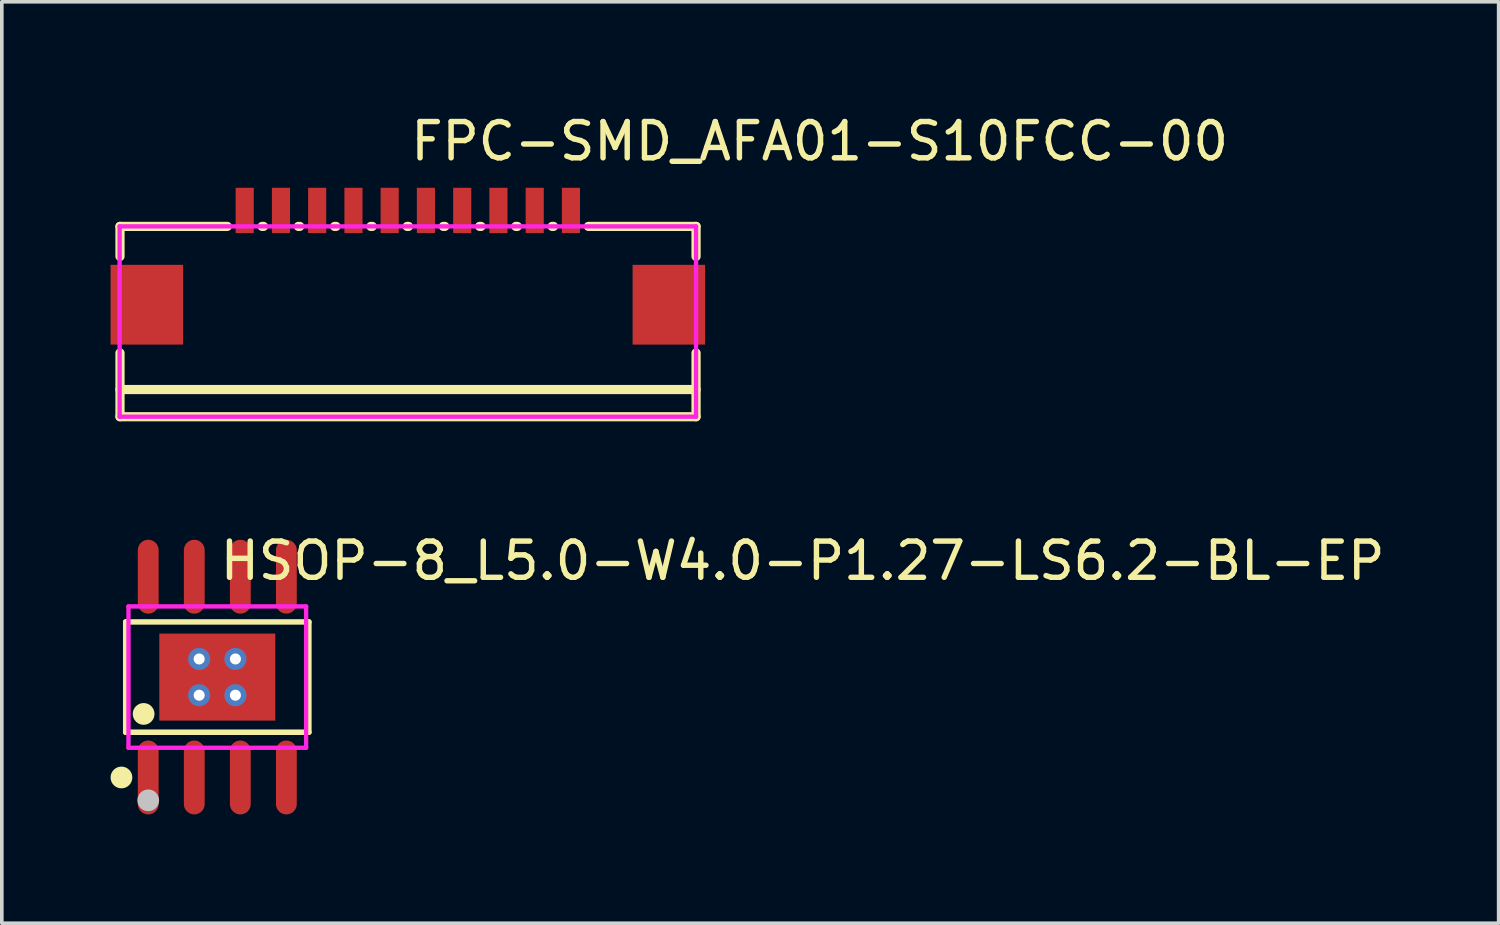
<source format=kicad_pcb>
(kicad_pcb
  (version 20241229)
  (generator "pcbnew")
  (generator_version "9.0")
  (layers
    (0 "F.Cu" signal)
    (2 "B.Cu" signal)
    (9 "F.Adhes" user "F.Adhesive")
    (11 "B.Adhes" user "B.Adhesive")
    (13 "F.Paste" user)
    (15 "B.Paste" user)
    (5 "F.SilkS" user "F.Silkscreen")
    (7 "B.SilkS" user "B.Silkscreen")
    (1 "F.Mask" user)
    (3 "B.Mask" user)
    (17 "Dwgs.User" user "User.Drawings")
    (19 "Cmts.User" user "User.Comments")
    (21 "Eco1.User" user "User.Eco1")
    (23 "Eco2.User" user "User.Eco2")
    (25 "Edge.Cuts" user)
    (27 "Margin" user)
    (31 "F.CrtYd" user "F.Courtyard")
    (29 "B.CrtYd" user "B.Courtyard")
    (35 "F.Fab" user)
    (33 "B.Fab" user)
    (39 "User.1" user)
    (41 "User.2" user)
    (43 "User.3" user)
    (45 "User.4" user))
  (footprint "FPC-SMD_AFA01-S10FCC-00"
    (layer "F.Cu")
    (at 8.2 4.055)
    (property "Reference" "FPC-SMD_AFA01-S10FCC-00" (at 0 -3.207 0) (layer "F.SilkS") (effects (font (size 1 1) (thickness 0.15)) (justify left)))
    (attr through_hole)
    (fp_line (start -7.94 -0.86) (end -7.94 -0.031) (stroke (width 0.254) (type solid)) (layer "F.SilkS"))
    (fp_line (start -7.94 -0.86) (end -4.981 -0.86) (stroke (width 0.254) (type solid)) (layer "F.SilkS"))
    (fp_line (start -7.94 2.631) (end -7.94 4.39) (stroke (width 0.254) (type solid)) (layer "F.SilkS"))
    (fp_line (start -7.94 3.64) (end 7.95 3.64) (stroke (width 0.254) (type solid)) (layer "F.SilkS"))
    (fp_line (start -7.94 4.39) (end 7.95 4.39) (stroke (width 0.254) (type solid)) (layer "F.SilkS"))
    (fp_line (start -4.019 -0.86) (end -3.981 -0.86) (stroke (width 0.254) (type solid)) (layer "F.SilkS"))
    (fp_line (start -3.019 -0.86) (end -2.982 -0.86) (stroke (width 0.254) (type solid)) (layer "F.SilkS"))
    (fp_line (start -2.02 -0.86) (end -1.981 -0.86) (stroke (width 0.254) (type solid)) (layer "F.SilkS"))
    (fp_line (start -1.019 -0.86) (end -0.982 -0.86) (stroke (width 0.254) (type solid)) (layer "F.SilkS"))
    (fp_line (start -0.019 -0.86) (end 0.018 -0.86) (stroke (width 0.254) (type solid)) (layer "F.SilkS"))
    (fp_line (start 0.98 -0.86) (end 1.019 -0.86) (stroke (width 0.254) (type solid)) (layer "F.SilkS"))
    (fp_line (start 1.981 -0.86) (end 2.018 -0.86) (stroke (width 0.254) (type solid)) (layer "F.SilkS"))
    (fp_line (start 2.98 -0.86) (end 3.019 -0.86) (stroke (width 0.254) (type solid)) (layer "F.SilkS"))
    (fp_line (start 3.981 -0.86) (end 4.018 -0.86) (stroke (width 0.254) (type solid)) (layer "F.SilkS"))
    (fp_line (start 4.981 -0.86) (end 7.95 -0.86) (stroke (width 0.254) (type solid)) (layer "F.SilkS"))
    (fp_line (start 7.95 -0.86) (end 7.95 -0.031) (stroke (width 0.254) (type solid)) (layer "F.SilkS"))
    (fp_line (start 7.95 4.39) (end 7.95 2.631) (stroke (width 0.254) (type solid)) (layer "F.SilkS"))
    (fp_circle (center -7.95 -1.561) (end -7.92 -1.561) (stroke (width 0.06) (type solid)) (fill no) (layer "Eco2.User"))
    (fp_poly (pts (xy -7.95 0.3) (xy -6.45 0.3) (xy -6.45 2.3) (xy -7.95 2.3)) (stroke (width 0.12) (type solid)) (fill no) (layer "Eco2.User"))
    (fp_poly (pts (xy -4.6 -1.561) (xy -4.4 -1.561) (xy -4.4 -0.811) (xy -4.6 -0.811)) (stroke (width 0.12) (type solid)) (fill no) (layer "Eco2.User"))
    (fp_poly (pts (xy -3.6 -1.561) (xy -3.4 -1.561) (xy -3.4 -0.811) (xy -3.6 -0.811)) (stroke (width 0.12) (type solid)) (fill no) (layer "Eco2.User"))
    (fp_poly (pts (xy -2.601 -1.561) (xy -2.401 -1.561) (xy -2.401 -0.811) (xy -2.601 -0.811)) (stroke (width 0.12) (type solid)) (fill no) (layer "Eco2.User"))
    (fp_poly (pts (xy -1.6 -1.561) (xy -1.4 -1.561) (xy -1.4 -0.811) (xy -1.6 -0.811)) (stroke (width 0.12) (type solid)) (fill no) (layer "Eco2.User"))
    (fp_poly (pts (xy -0.601 -1.561) (xy -0.401 -1.561) (xy -0.401 -0.811) (xy -0.601 -0.811)) (stroke (width 0.12) (type solid)) (fill no) (layer "Eco2.User"))
    (fp_poly (pts (xy 0.399 -1.561) (xy 0.599 -1.561) (xy 0.599 -0.811) (xy 0.399 -0.811)) (stroke (width 0.12) (type solid)) (fill no) (layer "Eco2.User"))
    (fp_poly (pts (xy 1.4 -1.561) (xy 1.6 -1.561) (xy 1.6 -0.811) (xy 1.4 -0.811)) (stroke (width 0.12) (type solid)) (fill no) (layer "Eco2.User"))
    (fp_poly (pts (xy 2.399 -1.561) (xy 2.599 -1.561) (xy 2.599 -0.811) (xy 2.399 -0.811)) (stroke (width 0.12) (type solid)) (fill no) (layer "Eco2.User"))
    (fp_poly (pts (xy 3.4 -1.561) (xy 3.6 -1.561) (xy 3.6 -0.811) (xy 3.4 -0.811)) (stroke (width 0.12) (type solid)) (fill no) (layer "Eco2.User"))
    (fp_poly (pts (xy 4.399 -1.561) (xy 4.599 -1.561) (xy 4.599 -0.811) (xy 4.399 -0.811)) (stroke (width 0.12) (type solid)) (fill no) (layer "Eco2.User"))
    (fp_poly (pts (xy 6.45 0.3) (xy 7.95 0.3) (xy 7.95 2.3) (xy 6.45 2.3)) (stroke (width 0.12) (type solid)) (fill no) (layer "Eco2.User"))
    (fp_line (start -7.95 -0.861) (end 7.95 -0.861) (stroke (width 0.12) (type solid)) (layer "F.CrtYd"))
    (fp_line (start -7.95 4.389) (end -7.95 -0.861) (stroke (width 0.12) (type solid)) (layer "F.CrtYd"))
    (fp_line (start 7.95 -0.861) (end 7.95 4.389) (stroke (width 0.12) (type solid)) (layer "F.CrtYd"))
    (fp_line (start 7.95 4.389) (end -7.95 4.389) (stroke (width 0.12) (type solid)) (layer "F.CrtYd"))
    (pad "1" smd rect (at -4.5 -1.3) (size 0.5 1.25) (layers "F.Cu" "F.Mask" "F.Paste"))
    (pad "2" smd rect (at -3.5 -1.3) (size 0.5 1.25) (layers "F.Cu" "F.Mask" "F.Paste"))
    (pad "3" smd rect (at -2.501 -1.3) (size 0.5 1.25) (layers "F.Cu" "F.Mask" "F.Paste"))
    (pad "4" smd rect (at -1.5 -1.3) (size 0.5 1.25) (layers "F.Cu" "F.Mask" "F.Paste"))
    (pad "5" smd rect (at -0.501 -1.3) (size 0.5 1.25) (layers "F.Cu" "F.Mask" "F.Paste"))
    (pad "6" smd rect (at 0.499 -1.3) (size 0.5 1.25) (layers "F.Cu" "F.Mask" "F.Paste"))
    (pad "7" smd rect (at 1.5 -1.3) (size 0.5 1.25) (layers "F.Cu" "F.Mask" "F.Paste"))
    (pad "8" smd rect (at 2.499 -1.3) (size 0.5 1.25) (layers "F.Cu" "F.Mask" "F.Paste"))
    (pad "9" smd rect (at 3.5 -1.3) (size 0.5 1.25) (layers "F.Cu" "F.Mask" "F.Paste"))
    (pad "10" smd rect (at 4.499 -1.3) (size 0.5 1.25) (layers "F.Cu" "F.Mask" "F.Paste"))
    (pad "11" smd rect (at -7.2 1.3) (size 2 2.2) (layers "F.Cu" "F.Mask" "F.Paste"))
    (pad "12" smd rect (at 7.2 1.3) (size 2 2.2) (layers "F.Cu" "F.Mask" "F.Paste")))
  (footprint "HSOP-8_L5.0-W4.0-P1.27-LS6.2-BL-EP"
    (layer "F.Cu")
    (at 2.944 15.627)
    (property "Reference" "HSOP-8_L5.0-W4.0-P1.27-LS6.2-BL-EP" (at 0 -3.207 0) (layer "F.SilkS") (effects (font (size 1 1) (thickness 0.15)) (justify left)))
    (attr through_hole)
    (fp_line (start -2.526 -1.521) (end 2.526 -1.521) (stroke (width 0.152) (type solid)) (layer "F.SilkS"))
    (fp_line (start -2.526 1.521) (end -2.526 -1.521) (stroke (width 0.152) (type solid)) (layer "F.SilkS"))
    (fp_line (start 2.526 -1.521) (end 2.526 1.521) (stroke (width 0.152) (type solid)) (layer "F.SilkS"))
    (fp_line (start 2.526 1.521) (end -2.526 1.521) (stroke (width 0.152) (type solid)) (layer "F.SilkS"))
    (fp_circle (center -2.644 2.769) (end -2.494 2.769) (stroke (width 0.3) (type solid)) (fill no) (layer "F.SilkS"))
    (fp_circle (center -2.032 1.016) (end -1.882 1.016) (stroke (width 0.3) (type solid)) (fill no) (layer "F.SilkS"))
    (fp_circle (center -1.905 3.4) (end -1.755 3.4) (stroke (width 0.3) (type solid)) (fill no) (layer "Dwgs.User"))
    (fp_line (start -2.11 -2.175) (end -2.11 -1.94) (stroke (width 0.12) (type solid)) (layer "Eco2.User"))
    (fp_line (start -2.11 -1.94) (end -1.7 -1.94) (stroke (width 0.12) (type solid)) (layer "Eco2.User"))
    (fp_line (start -2.11 1.94) (end -1.7 1.94) (stroke (width 0.12) (type solid)) (layer "Eco2.User"))
    (fp_line (start -2.11 2.175) (end -2.11 1.94) (stroke (width 0.12) (type solid)) (layer "Eco2.User"))
    (fp_line (start -1.7 -2.175) (end -2.11 -2.175) (stroke (width 0.12) (type solid)) (layer "Eco2.User"))
    (fp_line (start -1.7 -1.94) (end -1.7 -2.175) (stroke (width 0.12) (type solid)) (layer "Eco2.User"))
    (fp_line (start -1.7 1.94) (end -1.7 2.175) (stroke (width 0.12) (type solid)) (layer "Eco2.User"))
    (fp_line (start -1.7 2.175) (end -2.11 2.175) (stroke (width 0.12) (type solid)) (layer "Eco2.User"))
    (fp_line (start -0.84 -2.175) (end -0.84 -1.94) (stroke (width 0.12) (type solid)) (layer "Eco2.User"))
    (fp_line (start -0.84 -1.94) (end -0.43 -1.94) (stroke (width 0.12) (type solid)) (layer "Eco2.User"))
    (fp_line (start -0.84 1.94) (end -0.43 1.94) (stroke (width 0.12) (type solid)) (layer "Eco2.User"))
    (fp_line (start -0.84 2.175) (end -0.84 1.94) (stroke (width 0.12) (type solid)) (layer "Eco2.User"))
    (fp_line (start -0.43 -2.175) (end -0.84 -2.175) (stroke (width 0.12) (type solid)) (layer "Eco2.User"))
    (fp_line (start -0.43 -1.94) (end -0.43 -2.175) (stroke (width 0.12) (type solid)) (layer "Eco2.User"))
    (fp_line (start -0.43 1.94) (end -0.43 2.175) (stroke (width 0.12) (type solid)) (layer "Eco2.User"))
    (fp_line (start -0.43 2.175) (end -0.84 2.175) (stroke (width 0.12) (type solid)) (layer "Eco2.User"))
    (fp_line (start 0.43 -2.175) (end 0.43 -1.94) (stroke (width 0.12) (type solid)) (layer "Eco2.User"))
    (fp_line (start 0.43 -1.94) (end 0.84 -1.94) (stroke (width 0.12) (type solid)) (layer "Eco2.User"))
    (fp_line (start 0.43 1.94) (end 0.84 1.94) (stroke (width 0.12) (type solid)) (layer "Eco2.User"))
    (fp_line (start 0.43 2.175) (end 0.43 1.94) (stroke (width 0.12) (type solid)) (layer "Eco2.User"))
    (fp_line (start 0.84 -2.175) (end 0.43 -2.175) (stroke (width 0.12) (type solid)) (layer "Eco2.User"))
    (fp_line (start 0.84 -1.94) (end 0.84 -2.175) (stroke (width 0.12) (type solid)) (layer "Eco2.User"))
    (fp_line (start 0.84 1.94) (end 0.84 2.175) (stroke (width 0.12) (type solid)) (layer "Eco2.User"))
    (fp_line (start 0.84 2.175) (end 0.43 2.175) (stroke (width 0.12) (type solid)) (layer "Eco2.User"))
    (fp_line (start 1.7 -2.175) (end 1.7 -1.94) (stroke (width 0.12) (type solid)) (layer "Eco2.User"))
    (fp_line (start 1.7 -1.94) (end 2.11 -1.94) (stroke (width 0.12) (type solid)) (layer "Eco2.User"))
    (fp_line (start 1.7 1.94) (end 2.11 1.94) (stroke (width 0.12) (type solid)) (layer "Eco2.User"))
    (fp_line (start 1.7 2.175) (end 1.7 1.94) (stroke (width 0.12) (type solid)) (layer "Eco2.User"))
    (fp_line (start 2.11 -2.175) (end 1.7 -2.175) (stroke (width 0.12) (type solid)) (layer "Eco2.User"))
    (fp_line (start 2.11 -1.94) (end 2.11 -2.175) (stroke (width 0.12) (type solid)) (layer "Eco2.User"))
    (fp_line (start 2.11 1.94) (end 2.11 2.175) (stroke (width 0.12) (type solid)) (layer "Eco2.User"))
    (fp_line (start 2.11 2.175) (end 1.7 2.175) (stroke (width 0.12) (type solid)) (layer "Eco2.User"))
    (fp_circle (center -2.45 3) (end -2.42 3) (stroke (width 0.06) (type solid)) (fill no) (layer "Eco2.User"))
    (fp_poly (pts (xy -2.11 -3) (xy -2.11 -2.165) (xy -1.7 -2.165) (xy -1.7 -3)) (stroke (width 0.12) (type solid)) (fill no) (layer "Eco2.User"))
    (fp_poly (pts (xy -2.11 3) (xy -2.11 2.165) (xy -1.7 2.165) (xy -1.7 3)) (stroke (width 0.12) (type solid)) (fill no) (layer "Eco2.User"))
    (fp_poly (pts (xy -1.528 1.115) (xy -1.528 -1.115) (xy 1.528 -1.115) (xy 1.528 1.115)) (stroke (width 0.12) (type solid)) (fill no) (layer "Eco2.User"))
    (fp_poly (pts (xy -0.84 -3) (xy -0.84 -2.165) (xy -0.43 -2.165) (xy -0.43 -3)) (stroke (width 0.12) (type solid)) (fill no) (layer "Eco2.User"))
    (fp_poly (pts (xy -0.84 3) (xy -0.84 2.165) (xy -0.43 2.165) (xy -0.43 3)) (stroke (width 0.12) (type solid)) (fill no) (layer "Eco2.User"))
    (fp_poly (pts (xy 0.43 -3) (xy 0.43 -2.165) (xy 0.84 -2.165) (xy 0.84 -3)) (stroke (width 0.12) (type solid)) (fill no) (layer "Eco2.User"))
    (fp_poly (pts (xy 0.43 3) (xy 0.43 2.165) (xy 0.84 2.165) (xy 0.84 3)) (stroke (width 0.12) (type solid)) (fill no) (layer "Eco2.User"))
    (fp_poly (pts (xy 1.7 -3) (xy 1.7 -2.165) (xy 2.11 -2.165) (xy 2.11 -3)) (stroke (width 0.12) (type solid)) (fill no) (layer "Eco2.User"))
    (fp_poly (pts (xy 1.7 3) (xy 1.7 2.165) (xy 2.11 2.165) (xy 2.11 3)) (stroke (width 0.12) (type solid)) (fill no) (layer "Eco2.User"))
    (fp_line (start -2.45 -1.95) (end 2.45 -1.95) (stroke (width 0.12) (type solid)) (layer "F.CrtYd"))
    (fp_line (start -2.45 1.95) (end -2.45 -1.95) (stroke (width 0.12) (type solid)) (layer "F.CrtYd"))
    (fp_line (start 2.45 -1.95) (end 2.45 1.95) (stroke (width 0.12) (type solid)) (layer "F.CrtYd"))
    (fp_line (start 2.45 1.95) (end -2.45 1.95) (stroke (width 0.12) (type solid)) (layer "F.CrtYd"))
    (pad "" thru_hole circle (at -0.5 -0.5) (size 0.61 0.61) (drill 0.304) (layers "*.Cu" "*.Mask"))
    (pad "" thru_hole circle (at -0.5 0.5) (size 0.61 0.61) (drill 0.304) (layers "*.Cu" "*.Mask"))
    (pad "" thru_hole circle (at 0.5 -0.5) (size 0.61 0.61) (drill 0.304) (layers "*.Cu" "*.Mask"))
    (pad "" thru_hole circle (at 0.5 0.5) (size 0.61 0.61) (drill 0.304) (layers "*.Cu" "*.Mask"))
    (pad "1" smd oval (at -1.905 2.769) (size 0.574 2.038) (layers "F.Cu" "F.Mask" "F.Paste"))
    (pad "2" smd oval (at -0.635 2.769) (size 0.574 2.038) (layers "F.Cu" "F.Mask" "F.Paste"))
    (pad "3" smd oval (at 0.635 2.769) (size 0.574 2.038) (layers "F.Cu" "F.Mask" "F.Paste"))
    (pad "4" smd oval (at 1.905 2.769) (size 0.574 2.038) (layers "F.Cu" "F.Mask" "F.Paste"))
    (pad "5" smd oval (at 1.905 -2.769) (size 0.574 2.038) (layers "F.Cu" "F.Mask" "F.Paste"))
    (pad "6" smd oval (at 0.635 -2.769) (size 0.574 2.038) (layers "F.Cu" "F.Mask" "F.Paste"))
    (pad "7" smd oval (at -0.635 -2.769) (size 0.574 2.038) (layers "F.Cu" "F.Mask" "F.Paste"))
    (pad "8" smd oval (at -1.905 -2.769) (size 0.574 2.038) (layers "F.Cu" "F.Mask" "F.Paste"))
    (pad "9" smd rect (at 0 0) (size 3.2 2.4) (layers "F.Cu" "F.Mask" "F.Paste")))
  (gr_rect
    (start -3 -3)
    (end 38.289 22.416)
    (stroke (width 0.1) (type default))
    (fill no)
    (layer "Edge.Cuts")))
</source>
